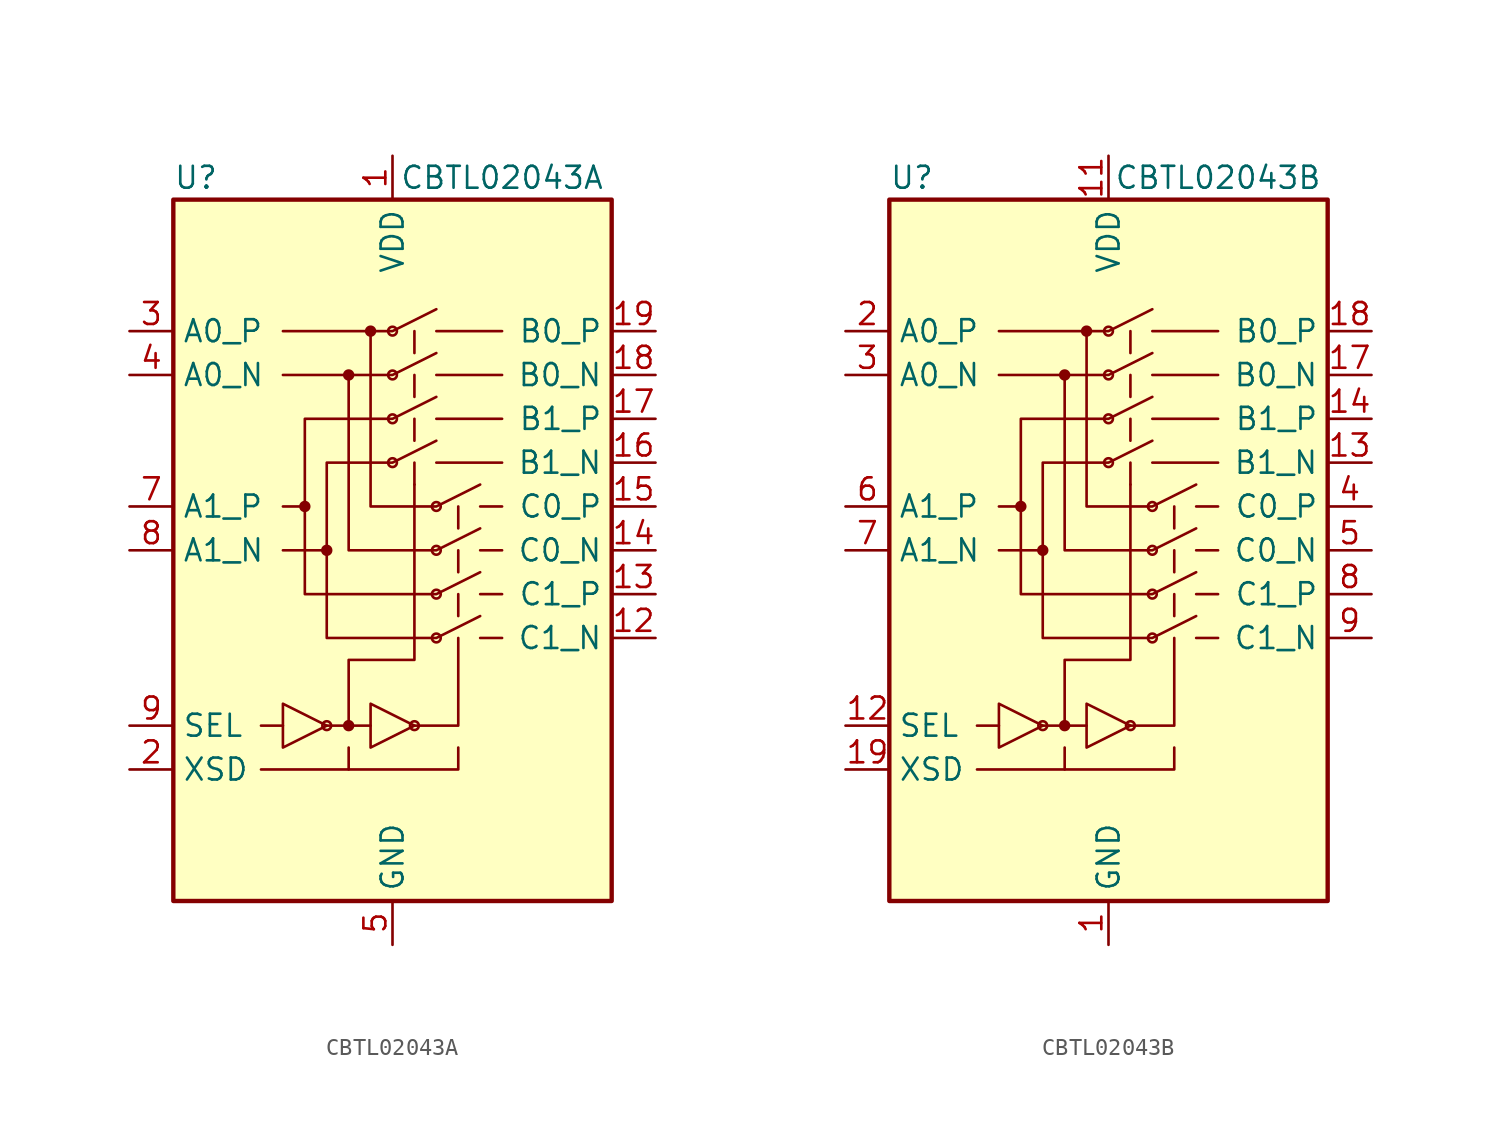
<source format=kicad_sym>
(kicad_symbol_lib
  (version 20201005)
  (generator kicad_symbol_editor)
  (symbol "Analog_Switch:CBTL02043A"
    (property "Reference" "U"
      (at -12.7 21.59 0)
      (effects (font (size 1.27 1.27)) (justify left)))
    (property "Value" "CBTL02043A"
      (at 6.35 21.59 0)
      (effects (font (size 1.27 1.27))))
    (symbol "CBTL02043A_0_1"
      (circle (center -5.08 2.54) (radius 0.254) (stroke (width 0)) (fill (type outline)))
      (circle (center -3.81 0) (radius 0.254) (stroke (width 0)) (fill (type outline)))
      (circle (center -2.54 10.16) (radius 0.254) (stroke (width 0)) (fill (type outline)))
      (circle (center -1.27 12.7) (radius 0.254) (stroke (width 0)) (fill (type outline)))
      (rectangle (start -12.7 20.32) (end 12.7 -20.32) (stroke (width 0.254)) (fill (type background)))
      (polyline (pts (xy -7.62 -10.16) (xy -6.35 -10.16)) (stroke (width 0)) (fill (type none)))
      (polyline (pts (xy -7.62 -12.7) (xy -2.54 -12.7) (xy -2.54 -11.43)) (stroke (width 0)) (fill (type none)))
      (polyline (pts (xy -2.54 -12.7) (xy 3.81 -12.7) (xy 3.81 -11.43)) (stroke (width 0)) (fill (type none)))
      (polyline (pts (xy 1.27 -10.16) (xy -1.27 -8.89) (xy -1.27 -11.43) (xy 1.27 -10.16)) (stroke (width 0)) (fill (type none)))
      (polyline (pts (xy 5.08 -3.81) (xy 2.54 -5.08) (xy -3.81 -5.08) (xy -3.81 0)) (stroke (width 0)) (fill (type none)))
      (polyline (pts (xy 5.08 -1.27) (xy 2.54 -2.54) (xy -5.08 -2.54) (xy -5.08 2.54)) (stroke (width 0)) (fill (type none)))
      (polyline (pts (xy 5.08 1.27) (xy 2.54 0) (xy -2.54 0) (xy -2.54 10.16)) (stroke (width 0)) (fill (type none)))
      (polyline (pts (xy 5.08 3.81) (xy 2.54 2.54) (xy -1.27 2.54) (xy -1.27 12.7)) (stroke (width 0)) (fill (type none))))
    (symbol "CBTL02043A_1_1"
      (circle (center -3.81 -10.16) (radius 0.254) (stroke (width 0)) (fill (type none)))
      (circle (center 0 5.08) (radius 0.254) (stroke (width 0)) (fill (type none)))
      (circle (center 0 7.62) (radius 0.254) (stroke (width 0)) (fill (type none)))
      (circle (center 0 10.16) (radius 0.254) (stroke (width 0)) (fill (type none)))
      (circle (center 0 12.7) (radius 0.254) (stroke (width 0)) (fill (type none)))
      (circle (center 1.27 -10.16) (radius 0.254) (stroke (width 0)) (fill (type none)))
      (circle (center 2.54 -5.08) (radius 0.254) (stroke (width 0)) (fill (type none)))
      (circle (center 2.54 -2.54) (radius 0.254) (stroke (width 0)) (fill (type none)))
      (circle (center 2.54 0) (radius 0.254) (stroke (width 0)) (fill (type none)))
      (circle (center 2.54 2.54) (radius 0.254) (stroke (width 0)) (fill (type none)))
      (circle (center -2.54 -10.16) (radius 0.254) (stroke (width 0)) (fill (type outline)))
      (polyline (pts (xy -2.54 -10.16) (xy -1.27 -10.16)) (stroke (width 0)) (fill (type none)))
      (polyline (pts (xy 1.27 5.08) (xy 1.27 3.81)) (stroke (width 0)) (fill (type none)))
      (polyline (pts (xy 1.27 7.62) (xy 1.27 6.35)) (stroke (width 0)) (fill (type none)))
      (polyline (pts (xy 1.27 10.16) (xy 1.27 8.89)) (stroke (width 0)) (fill (type none)))
      (polyline (pts (xy 1.27 12.7) (xy 1.27 11.43)) (stroke (width 0)) (fill (type none)))
      (polyline (pts (xy 3.81 -3.81) (xy 3.81 -2.54)) (stroke (width 0)) (fill (type none)))
      (polyline (pts (xy 3.81 -1.27) (xy 3.81 0)) (stroke (width 0)) (fill (type none)))
      (polyline (pts (xy 3.81 1.27) (xy 3.81 2.54)) (stroke (width 0)) (fill (type none)))
      (polyline (pts (xy 6.35 -5.08) (xy 5.08 -5.08)) (stroke (width 0)) (fill (type none)))
      (polyline (pts (xy 6.35 -2.54) (xy 5.08 -2.54)) (stroke (width 0)) (fill (type none)))
      (polyline (pts (xy 6.35 0) (xy 5.08 0)) (stroke (width 0)) (fill (type none)))
      (polyline (pts (xy 6.35 2.54) (xy 5.08 2.54)) (stroke (width 0)) (fill (type none)))
      (polyline (pts (xy 6.35 5.08) (xy 2.54 5.08)) (stroke (width 0)) (fill (type none)))
      (polyline (pts (xy 6.35 7.62) (xy 2.54 7.62)) (stroke (width 0)) (fill (type none)))
      (polyline (pts (xy 6.35 10.16) (xy 2.54 10.16)) (stroke (width 0)) (fill (type none)))
      (polyline (pts (xy 6.35 12.7) (xy 2.54 12.7)) (stroke (width 0)) (fill (type none)))
      (polyline (pts (xy -6.35 10.16) (xy 0 10.16) (xy 2.54 11.43)) (stroke (width 0)) (fill (type none)))
      (polyline (pts (xy -6.35 12.7) (xy 0 12.7) (xy 2.54 13.97)) (stroke (width 0)) (fill (type none)))
      (polyline (pts (xy 1.27 -10.16) (xy 3.81 -10.16) (xy 3.81 -5.08)) (stroke (width 0)) (fill (type none)))
      (polyline (pts (xy -3.81 -10.16) (xy -6.35 -8.89) (xy -6.35 -11.43) (xy -3.81 -10.16)) (stroke (width 0)) (fill (type none)))
      (polyline (pts (xy -6.35 0) (xy -3.81 0) (xy -3.81 5.08) (xy 0 5.08) (xy 2.54 6.35)) (stroke (width 0)) (fill (type none)))
      (polyline (pts (xy -6.35 2.54) (xy -5.08 2.54) (xy -5.08 7.62) (xy 0 7.62) (xy 2.54 8.89)) (stroke (width 0)) (fill (type none)))
      (polyline (pts (xy 1.27 3.81) (xy 1.27 -6.35) (xy -2.54 -6.35) (xy -2.54 -10.16) (xy -3.81 -10.16)) (stroke (width 0)) (fill (type none)))
      (pin power_in line (at 0 22.86 270) (length 2.54) (name "VDD" (effects (font (size 1.27 1.27)))) (number "1" (effects (font (size 1.27 1.27)))))
      (pin passive line (at 0 22.86 270) (length 2.54) hide (name "VDD" (effects (font (size 1.27 1.27)))) (number "10" (effects (font (size 1.27 1.27)))))
      (pin passive line (at 0 -22.86 90) (length 2.54) hide (name "GND" (effects (font (size 1.27 1.27)))) (number "11" (effects (font (size 1.27 1.27)))))
      (pin passive line (at 15.24 -5.08 180) (length 2.54) (name "C1_N" (effects (font (size 1.27 1.27)))) (number "12" (effects (font (size 1.27 1.27)))))
      (pin passive line (at 15.24 -2.54 180) (length 2.54) (name "C1_P" (effects (font (size 1.27 1.27)))) (number "13" (effects (font (size 1.27 1.27)))))
      (pin passive line (at 15.24 0 180) (length 2.54) (name "C0_N" (effects (font (size 1.27 1.27)))) (number "14" (effects (font (size 1.27 1.27)))))
      (pin passive line (at 15.24 2.54 180) (length 2.54) (name "C0_P" (effects (font (size 1.27 1.27)))) (number "15" (effects (font (size 1.27 1.27)))))
      (pin passive line (at 15.24 5.08 180) (length 2.54) (name "B1_N" (effects (font (size 1.27 1.27)))) (number "16" (effects (font (size 1.27 1.27)))))
      (pin passive line (at 15.24 7.62 180) (length 2.54) (name "B1_P" (effects (font (size 1.27 1.27)))) (number "17" (effects (font (size 1.27 1.27)))))
      (pin passive line (at 15.24 10.16 180) (length 2.54) (name "B0_N" (effects (font (size 1.27 1.27)))) (number "18" (effects (font (size 1.27 1.27)))))
      (pin passive line (at 15.24 12.7 180) (length 2.54) (name "B0_P" (effects (font (size 1.27 1.27)))) (number "19" (effects (font (size 1.27 1.27)))))
      (pin input line (at -15.24 -12.7 0) (length 2.54) (name "XSD" (effects (font (size 1.27 1.27)))) (number "2" (effects (font (size 1.27 1.27)))))
      (pin passive line (at 0 -22.86 90) (length 2.54) hide (name "GND" (effects (font (size 1.27 1.27)))) (number "20" (effects (font (size 1.27 1.27)))))
      (pin passive line (at 0 -22.86 90) (length 2.54) hide (name "GND" (effects (font (size 1.27 1.27)))) (number "21" (effects (font (size 1.27 1.27)))))
      (pin passive line (at -15.24 12.7 0) (length 2.54) (name "A0_P" (effects (font (size 1.27 1.27)))) (number "3" (effects (font (size 1.27 1.27)))))
      (pin passive line (at -15.24 10.16 0) (length 2.54) (name "A0_N" (effects (font (size 1.27 1.27)))) (number "4" (effects (font (size 1.27 1.27)))))
      (pin power_in line (at 0 -22.86 90) (length 2.54) (name "GND" (effects (font (size 1.27 1.27)))) (number "5" (effects (font (size 1.27 1.27)))))
      (pin passive line (at 0 22.86 270) (length 2.54) hide (name "VDD" (effects (font (size 1.27 1.27)))) (number "6" (effects (font (size 1.27 1.27)))))
      (pin passive line (at -15.24 2.54 0) (length 2.54) (name "A1_P" (effects (font (size 1.27 1.27)))) (number "7" (effects (font (size 1.27 1.27)))))
      (pin passive line (at -15.24 0 0) (length 2.54) (name "A1_N" (effects (font (size 1.27 1.27)))) (number "8" (effects (font (size 1.27 1.27)))))
      (pin input line (at -15.24 -10.16 0) (length 2.54) (name "SEL" (effects (font (size 1.27 1.27)))) (number "9" (effects (font (size 1.27 1.27)))))))
  (symbol "Analog_Switch:CBTL02043B"
    (property "Reference" "U"
      (at -12.7 21.59 0)
      (effects (font (size 1.27 1.27)) (justify left)))
    (property "Value" "CBTL02043B"
      (at 6.35 21.59 0)
      (effects (font (size 1.27 1.27))))
    (symbol "CBTL02043B_0_1"
      (circle (center -5.08 2.54) (radius 0.254) (stroke (width 0)) (fill (type outline)))
      (circle (center -3.81 0) (radius 0.254) (stroke (width 0)) (fill (type outline)))
      (circle (center -2.54 10.16) (radius 0.254) (stroke (width 0)) (fill (type outline)))
      (circle (center -1.27 12.7) (radius 0.254) (stroke (width 0)) (fill (type outline)))
      (rectangle (start -12.7 20.32) (end 12.7 -20.32) (stroke (width 0.254)) (fill (type background)))
      (polyline (pts (xy -7.62 -10.16) (xy -6.35 -10.16)) (stroke (width 0)) (fill (type none)))
      (polyline (pts (xy -2.54 -12.7) (xy -2.54 -11.43)) (stroke (width 0)) (fill (type none)))
      (polyline (pts (xy -7.62 -12.7) (xy 3.81 -12.7) (xy 3.81 -11.43)) (stroke (width 0)) (fill (type none)))
      (polyline (pts (xy 1.27 -10.16) (xy -1.27 -8.89) (xy -1.27 -11.43) (xy 1.27 -10.16)) (stroke (width 0)) (fill (type none)))
      (polyline (pts (xy 5.08 -3.81) (xy 2.54 -5.08) (xy -3.81 -5.08) (xy -3.81 0)) (stroke (width 0)) (fill (type none)))
      (polyline (pts (xy 5.08 -1.27) (xy 2.54 -2.54) (xy -5.08 -2.54) (xy -5.08 2.54)) (stroke (width 0)) (fill (type none)))
      (polyline (pts (xy 5.08 1.27) (xy 2.54 0) (xy -2.54 0) (xy -2.54 10.16)) (stroke (width 0)) (fill (type none)))
      (polyline (pts (xy 5.08 3.81) (xy 2.54 2.54) (xy -1.27 2.54) (xy -1.27 12.7)) (stroke (width 0)) (fill (type none))))
    (symbol "CBTL02043B_1_1"
      (circle (center -3.81 -10.16) (radius 0.254) (stroke (width 0)) (fill (type none)))
      (circle (center 0 5.08) (radius 0.254) (stroke (width 0)) (fill (type none)))
      (circle (center 0 7.62) (radius 0.254) (stroke (width 0)) (fill (type none)))
      (circle (center 0 10.16) (radius 0.254) (stroke (width 0)) (fill (type none)))
      (circle (center 0 12.7) (radius 0.254) (stroke (width 0)) (fill (type none)))
      (circle (center 1.27 -10.16) (radius 0.254) (stroke (width 0)) (fill (type none)))
      (circle (center 2.54 -5.08) (radius 0.254) (stroke (width 0)) (fill (type none)))
      (circle (center 2.54 -2.54) (radius 0.254) (stroke (width 0)) (fill (type none)))
      (circle (center 2.54 0) (radius 0.254) (stroke (width 0)) (fill (type none)))
      (circle (center 2.54 2.54) (radius 0.254) (stroke (width 0)) (fill (type none)))
      (circle (center -2.54 -10.16) (radius 0.254) (stroke (width 0)) (fill (type outline)))
      (polyline (pts (xy -2.54 -10.16) (xy -1.27 -10.16)) (stroke (width 0)) (fill (type none)))
      (polyline (pts (xy 1.27 5.08) (xy 1.27 3.81)) (stroke (width 0)) (fill (type none)))
      (polyline (pts (xy 1.27 7.62) (xy 1.27 6.35)) (stroke (width 0)) (fill (type none)))
      (polyline (pts (xy 1.27 10.16) (xy 1.27 8.89)) (stroke (width 0)) (fill (type none)))
      (polyline (pts (xy 1.27 12.7) (xy 1.27 11.43)) (stroke (width 0)) (fill (type none)))
      (polyline (pts (xy 3.81 -3.81) (xy 3.81 -2.54)) (stroke (width 0)) (fill (type none)))
      (polyline (pts (xy 3.81 -1.27) (xy 3.81 0)) (stroke (width 0)) (fill (type none)))
      (polyline (pts (xy 3.81 1.27) (xy 3.81 2.54)) (stroke (width 0)) (fill (type none)))
      (polyline (pts (xy 6.35 -5.08) (xy 5.08 -5.08)) (stroke (width 0)) (fill (type none)))
      (polyline (pts (xy 6.35 -2.54) (xy 5.08 -2.54)) (stroke (width 0)) (fill (type none)))
      (polyline (pts (xy 6.35 0) (xy 5.08 0)) (stroke (width 0)) (fill (type none)))
      (polyline (pts (xy 6.35 2.54) (xy 5.08 2.54)) (stroke (width 0)) (fill (type none)))
      (polyline (pts (xy 6.35 5.08) (xy 2.54 5.08)) (stroke (width 0)) (fill (type none)))
      (polyline (pts (xy 6.35 7.62) (xy 2.54 7.62)) (stroke (width 0)) (fill (type none)))
      (polyline (pts (xy 6.35 10.16) (xy 2.54 10.16)) (stroke (width 0)) (fill (type none)))
      (polyline (pts (xy 6.35 12.7) (xy 2.54 12.7)) (stroke (width 0)) (fill (type none)))
      (polyline (pts (xy -6.35 10.16) (xy 0 10.16) (xy 2.54 11.43)) (stroke (width 0)) (fill (type none)))
      (polyline (pts (xy -6.35 12.7) (xy 0 12.7) (xy 2.54 13.97)) (stroke (width 0)) (fill (type none)))
      (polyline (pts (xy 1.27 -10.16) (xy 3.81 -10.16) (xy 3.81 -5.08)) (stroke (width 0)) (fill (type none)))
      (polyline (pts (xy -3.81 -10.16) (xy -6.35 -8.89) (xy -6.35 -11.43) (xy -3.81 -10.16)) (stroke (width 0)) (fill (type none)))
      (polyline (pts (xy -6.35 0) (xy -3.81 0) (xy -3.81 5.08) (xy 0 5.08) (xy 2.54 6.35)) (stroke (width 0)) (fill (type none)))
      (polyline (pts (xy -6.35 2.54) (xy -5.08 2.54) (xy -5.08 7.62) (xy 0 7.62) (xy 2.54 8.89)) (stroke (width 0)) (fill (type none)))
      (polyline (pts (xy 1.27 3.81) (xy 1.27 -6.35) (xy -2.54 -6.35) (xy -2.54 -10.16) (xy -3.81 -10.16)) (stroke (width 0)) (fill (type none)))
      (pin power_in line (at 0 -22.86 90) (length 2.54) (name "GND" (effects (font (size 1.27 1.27)))) (number "1" (effects (font (size 1.27 1.27)))))
      (pin passive line (at 0 -22.86 90) (length 2.54) hide (name "GND" (effects (font (size 1.27 1.27)))) (number "10" (effects (font (size 1.27 1.27)))))
      (pin power_in line (at 0 22.86 270) (length 2.54) (name "VDD" (effects (font (size 1.27 1.27)))) (number "11" (effects (font (size 1.27 1.27)))))
      (pin input line (at -15.24 -10.16 0) (length 2.54) (name "SEL" (effects (font (size 1.27 1.27)))) (number "12" (effects (font (size 1.27 1.27)))))
      (pin passive line (at 15.24 5.08 180) (length 2.54) (name "B1_N" (effects (font (size 1.27 1.27)))) (number "13" (effects (font (size 1.27 1.27)))))
      (pin passive line (at 15.24 7.62 180) (length 2.54) (name "B1_P" (effects (font (size 1.27 1.27)))) (number "14" (effects (font (size 1.27 1.27)))))
      (pin passive line (at 0 -22.86 90) (length 2.54) hide (name "GND" (effects (font (size 1.27 1.27)))) (number "15" (effects (font (size 1.27 1.27)))))
      (pin passive line (at 0 22.86 270) (length 2.54) hide (name "VDD" (effects (font (size 1.27 1.27)))) (number "16" (effects (font (size 1.27 1.27)))))
      (pin passive line (at 15.24 10.16 180) (length 2.54) (name "B0_N" (effects (font (size 1.27 1.27)))) (number "17" (effects (font (size 1.27 1.27)))))
      (pin passive line (at 15.24 12.7 180) (length 2.54) (name "B0_P" (effects (font (size 1.27 1.27)))) (number "18" (effects (font (size 1.27 1.27)))))
      (pin input line (at -15.24 -12.7 0) (length 2.54) (name "XSD" (effects (font (size 1.27 1.27)))) (number "19" (effects (font (size 1.27 1.27)))))
      (pin passive line (at -15.24 12.7 0) (length 2.54) (name "A0_P" (effects (font (size 1.27 1.27)))) (number "2" (effects (font (size 1.27 1.27)))))
      (pin passive line (at 0 22.86 270) (length 2.54) hide (name "VDD" (effects (font (size 1.27 1.27)))) (number "20" (effects (font (size 1.27 1.27)))))
      (pin passive line (at 0 -22.86 90) (length 2.54) hide (name "GND" (effects (font (size 1.27 1.27)))) (number "21" (effects (font (size 1.27 1.27)))))
      (pin passive line (at -15.24 10.16 0) (length 2.54) (name "A0_N" (effects (font (size 1.27 1.27)))) (number "3" (effects (font (size 1.27 1.27)))))
      (pin passive line (at 15.24 2.54 180) (length 2.54) (name "C0_P" (effects (font (size 1.27 1.27)))) (number "4" (effects (font (size 1.27 1.27)))))
      (pin passive line (at 15.24 0 180) (length 2.54) (name "C0_N" (effects (font (size 1.27 1.27)))) (number "5" (effects (font (size 1.27 1.27)))))
      (pin passive line (at -15.24 2.54 0) (length 2.54) (name "A1_P" (effects (font (size 1.27 1.27)))) (number "6" (effects (font (size 1.27 1.27)))))
      (pin passive line (at -15.24 0 0) (length 2.54) (name "A1_N" (effects (font (size 1.27 1.27)))) (number "7" (effects (font (size 1.27 1.27)))))
      (pin passive line (at 15.24 -2.54 180) (length 2.54) (name "C1_P" (effects (font (size 1.27 1.27)))) (number "8" (effects (font (size 1.27 1.27)))))
      (pin passive line (at 15.24 -5.08 180) (length 2.54) (name "C1_N" (effects (font (size 1.27 1.27)))) (number "9" (effects (font (size 1.27 1.27))))))))
</source>
